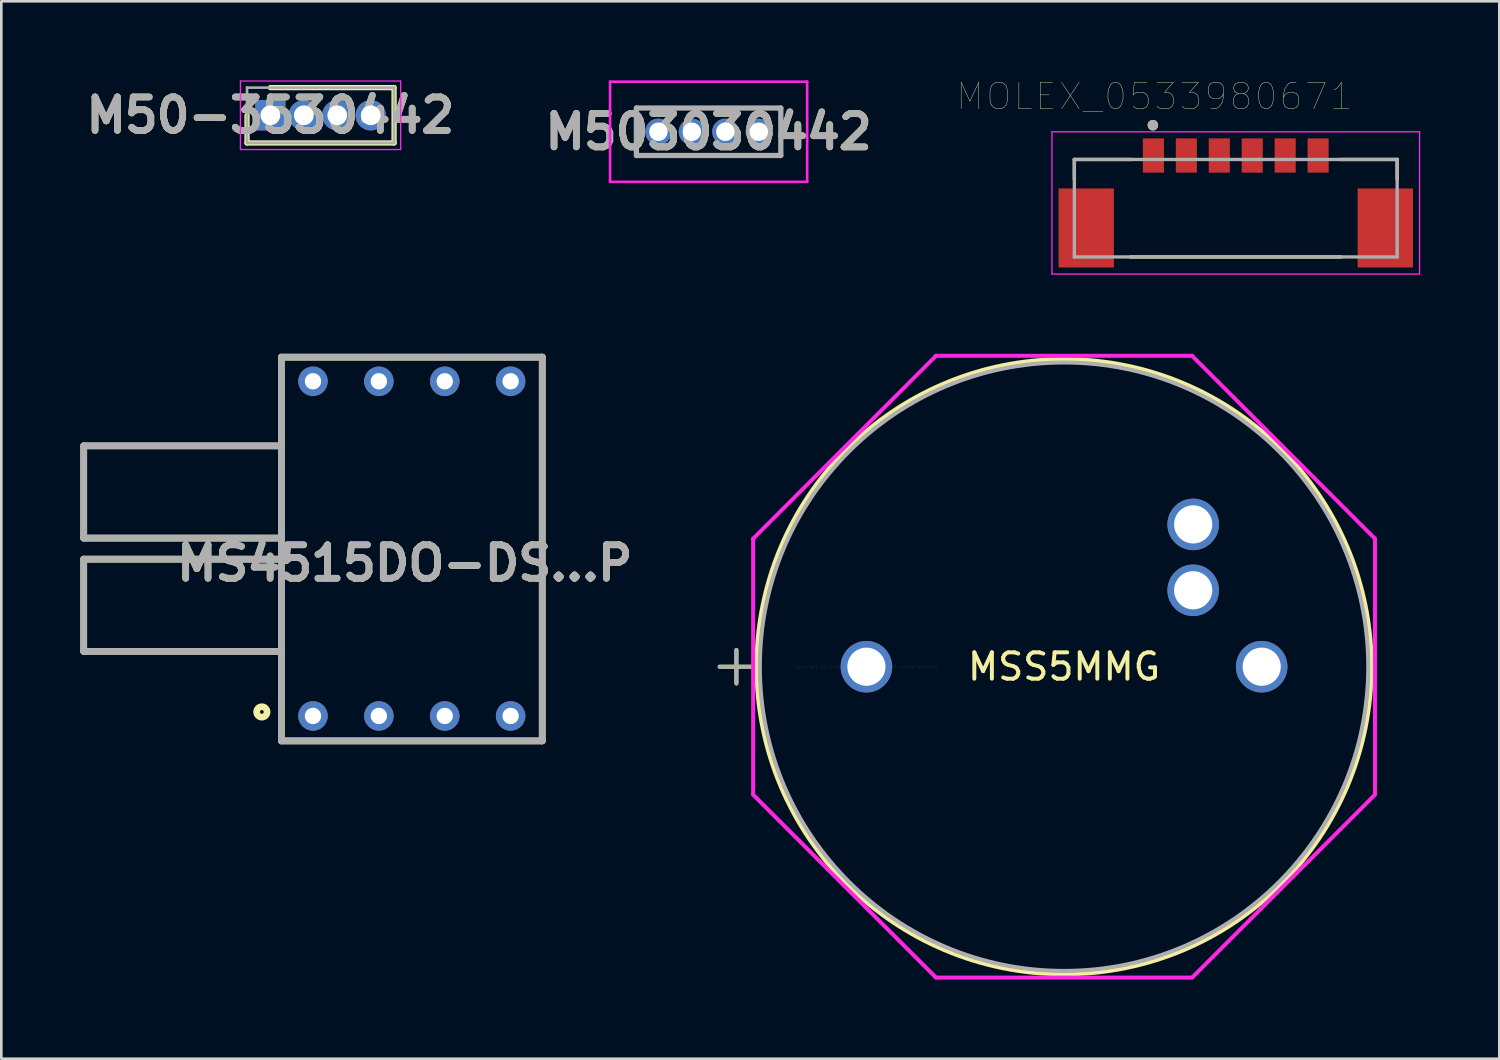
<source format=kicad_pcb>
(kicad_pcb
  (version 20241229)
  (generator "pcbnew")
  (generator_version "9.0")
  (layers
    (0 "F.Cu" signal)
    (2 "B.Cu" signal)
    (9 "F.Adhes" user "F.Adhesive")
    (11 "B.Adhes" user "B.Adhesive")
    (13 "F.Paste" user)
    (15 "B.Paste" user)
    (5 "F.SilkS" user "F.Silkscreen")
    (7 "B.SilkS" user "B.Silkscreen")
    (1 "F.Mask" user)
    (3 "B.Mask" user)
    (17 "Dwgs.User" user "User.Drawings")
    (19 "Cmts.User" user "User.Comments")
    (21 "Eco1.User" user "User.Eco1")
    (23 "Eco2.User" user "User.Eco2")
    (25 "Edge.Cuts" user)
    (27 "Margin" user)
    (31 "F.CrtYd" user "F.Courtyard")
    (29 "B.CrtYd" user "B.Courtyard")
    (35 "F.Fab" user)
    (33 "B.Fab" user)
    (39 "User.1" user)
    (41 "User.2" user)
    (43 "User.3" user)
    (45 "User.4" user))
  (footprint "M50-3530442"
    (layer "F.Cu")
    (at 7.209 1.325)
    (property "Reference" "M50-3530442" (at 0 0 0) (layer "F.SilkS") (effects (font (size 1.27 1.27) (thickness 0.254))))
    (attr through_hole)
    (fp_line (start -0.885 0) (end -0.885 1.05) (stroke (width 0.2) (type solid)) (layer "F.SilkS"))
    (fp_line (start -0.885 1.05) (end 4.695 1.05) (stroke (width 0.2) (type solid)) (layer "F.SilkS"))
    (fp_line (start 4.695 -1.05) (end 0 -1.05) (stroke (width 0.2) (type solid)) (layer "F.SilkS"))
    (fp_line (start 4.695 1.05) (end 4.695 -1.05) (stroke (width 0.2) (type solid)) (layer "F.SilkS"))
    (fp_line (start -1.135 -1.3) (end 4.945 -1.3) (stroke (width 0.05) (type solid)) (layer "F.CrtYd"))
    (fp_line (start -1.135 1.3) (end -1.135 -1.3) (stroke (width 0.05) (type solid)) (layer "F.CrtYd"))
    (fp_line (start 4.945 -1.3) (end 4.945 1.3) (stroke (width 0.05) (type solid)) (layer "F.CrtYd"))
    (fp_line (start 4.945 1.3) (end -1.135 1.3) (stroke (width 0.05) (type solid)) (layer "F.CrtYd"))
    (fp_line (start -0.885 -1.05) (end 4.695 -1.05) (stroke (width 0.1) (type solid)) (layer "F.Fab"))
    (fp_line (start -0.885 1.05) (end -0.885 -1.05) (stroke (width 0.1) (type solid)) (layer "F.Fab"))
    (fp_line (start 4.695 -1.05) (end 4.695 1.05) (stroke (width 0.1) (type solid)) (layer "F.Fab"))
    (fp_line (start 4.695 1.05) (end -0.885 1.05) (stroke (width 0.1) (type solid)) (layer "F.Fab"))
    (fp_text user "${REFERENCE}" (at 0 0 0) (layer "F.Fab") (effects (font (size 1.27 1.27) (thickness 0.254))))
    (pad "1" thru_hole rect (at 0 0) (size 1.15 1.15) (drill 0.75) (layers "*.Cu" "*.Mask"))
    (pad "2" thru_hole circle (at 1.27 0) (size 1.15 1.15) (drill 0.75) (layers "*.Cu" "*.Mask"))
    (pad "3" thru_hole circle (at 2.54 0) (size 1.15 1.15) (drill 0.75) (layers "*.Cu" "*.Mask"))
    (pad "4" thru_hole circle (at 3.81 0) (size 1.15 1.15) (drill 0.75) (layers "*.Cu" "*.Mask")))
  (footprint "MOLEX_0533980671"
    (layer "F.Cu")
    (at 43.844 3.501)
    (property "Reference" "MOLEX_0533980671" (at -3.087 -2.889 0) (layer "F.SilkS") (effects (font (size 1 1) (thickness 0.015))))
    (attr through_hole)
    (fp_line (start -6.125 -0.5) (end -3.95 -0.5) (stroke (width 0.127) (type solid)) (layer "F.SilkS"))
    (fp_line (start -6.125 0.25) (end -6.125 -0.5) (stroke (width 0.127) (type solid)) (layer "F.SilkS"))
    (fp_line (start -4 3.2) (end 4 3.2) (stroke (width 0.127) (type solid)) (layer "F.SilkS"))
    (fp_line (start 3.95 -0.5) (end 6.125 -0.5) (stroke (width 0.127) (type solid)) (layer "F.SilkS"))
    (fp_line (start 6.125 -0.5) (end 6.125 0.25) (stroke (width 0.127) (type solid)) (layer "F.SilkS"))
    (fp_circle (center -3.145 -1.8) (end -3.045 -1.8) (stroke (width 0.2) (type solid)) (fill no) (layer "F.SilkS"))
    (fp_line (start -6.975 -1.55) (end 6.975 -1.55) (stroke (width 0.05) (type solid)) (layer "F.CrtYd"))
    (fp_line (start -6.975 3.85) (end -6.975 -1.55) (stroke (width 0.05) (type solid)) (layer "F.CrtYd"))
    (fp_line (start 6.975 -1.55) (end 6.975 3.85) (stroke (width 0.05) (type solid)) (layer "F.CrtYd"))
    (fp_line (start 6.975 3.85) (end -6.975 3.85) (stroke (width 0.05) (type solid)) (layer "F.CrtYd"))
    (fp_line (start -6.125 -0.5) (end 6.125 -0.5) (stroke (width 0.127) (type solid)) (layer "F.Fab"))
    (fp_line (start -6.125 3.2) (end -6.125 -0.5) (stroke (width 0.127) (type solid)) (layer "F.Fab"))
    (fp_line (start 6.125 -0.5) (end 6.125 3.2) (stroke (width 0.127) (type solid)) (layer "F.Fab"))
    (fp_line (start 6.125 3.2) (end -6.125 3.2) (stroke (width 0.127) (type solid)) (layer "F.Fab"))
    (fp_circle (center -3.145 -1.8) (end -3.045 -1.8) (stroke (width 0.2) (type solid)) (fill no) (layer "F.Fab"))
    (pad "1" smd rect (at -3.125 -0.65) (size 0.8 1.3) (layers "F.Cu" "F.Mask" "F.Paste"))
    (pad "2" smd rect (at -1.875 -0.65) (size 0.8 1.3) (layers "F.Cu" "F.Mask" "F.Paste"))
    (pad "3" smd rect (at -0.625 -0.65) (size 0.8 1.3) (layers "F.Cu" "F.Mask" "F.Paste"))
    (pad "4" smd rect (at 0.625 -0.65) (size 0.8 1.3) (layers "F.Cu" "F.Mask" "F.Paste"))
    (pad "5" smd rect (at 1.875 -0.65) (size 0.8 1.3) (layers "F.Cu" "F.Mask" "F.Paste"))
    (pad "6" smd rect (at 3.125 -0.65) (size 0.8 1.3) (layers "F.Cu" "F.Mask" "F.Paste"))
    (pad "S1" smd rect (at -5.675 2.1) (size 2.1 3) (layers "F.Cu" "F.Mask" "F.Paste"))
    (pad "S2" smd rect (at 5.675 2.1) (size 2.1 3) (layers "F.Cu" "F.Mask" "F.Paste")))
  (footprint "MS4515DO-DS...P"
    (layer "F.Cu")
    (at 7.627 19.919)
    (property "Reference" "MS4515DO-DS...P" (at 4.685 -1.6 0) (layer "F.SilkS") (effects (font (size 1.27 1.27) (thickness 0.254))))
    (attr through_hole)
    (fp_line (start -7.5 -6.05) (end -7.5 -2.55) (stroke (width 0.254) (type solid)) (layer "F.SilkS"))
    (fp_line (start -7.5 -2.55) (end -0.001 -2.55) (stroke (width 0.254) (type solid)) (layer "F.SilkS"))
    (fp_line (start -7.5 -1.75) (end -7.5 1.75) (stroke (width 0.254) (type solid)) (layer "F.SilkS"))
    (fp_line (start -7.5 1.75) (end -0.023 1.75) (stroke (width 0.254) (type solid)) (layer "F.SilkS"))
    (fp_line (start -0.023 -6.05) (end -7.5 -6.05) (stroke (width 0.254) (type solid)) (layer "F.SilkS"))
    (fp_line (start -0.001 -1.75) (end -7.5 -1.75) (stroke (width 0.254) (type solid)) (layer "F.SilkS"))
    (fp_line (start 0 -9.416) (end 9.9 -9.416) (stroke (width 0.254) (type solid)) (layer "F.SilkS"))
    (fp_line (start 0 5.146) (end 0 -9.416) (stroke (width 0.254) (type solid)) (layer "F.SilkS"))
    (fp_line (start 9.9 -9.416) (end 9.9 5.146) (stroke (width 0.254) (type solid)) (layer "F.SilkS"))
    (fp_line (start 9.9 5.146) (end 0 5.146) (stroke (width 0.254) (type solid)) (layer "F.SilkS"))
    (fp_circle (center -0.74 4.047) (end -0.74 4.118) (stroke (width 0.254) (type solid)) (fill no) (layer "F.SilkS"))
    (fp_line (start -7.5 -6.05) (end -7.5 -2.55) (stroke (width 0.254) (type solid)) (layer "F.Fab"))
    (fp_line (start -7.5 -2.55) (end -0.001 -2.55) (stroke (width 0.254) (type solid)) (layer "F.Fab"))
    (fp_line (start -7.5 -1.75) (end -7.5 1.75) (stroke (width 0.254) (type solid)) (layer "F.Fab"))
    (fp_line (start -7.5 1.75) (end -0.023 1.75) (stroke (width 0.254) (type solid)) (layer "F.Fab"))
    (fp_line (start -0.023 -6.05) (end -7.5 -6.05) (stroke (width 0.254) (type solid)) (layer "F.Fab"))
    (fp_line (start -0.001 -1.75) (end -7.5 -1.75) (stroke (width 0.254) (type solid)) (layer "F.Fab"))
    (fp_line (start 0 -9.416) (end 9.9 -9.416) (stroke (width 0.254) (type solid)) (layer "F.Fab"))
    (fp_line (start 0 5.146) (end 0 -9.416) (stroke (width 0.254) (type solid)) (layer "F.Fab"))
    (fp_line (start 9.9 -9.416) (end 9.9 5.146) (stroke (width 0.254) (type solid)) (layer "F.Fab"))
    (fp_line (start 9.9 5.146) (end 0 5.146) (stroke (width 0.254) (type solid)) (layer "F.Fab"))
    (fp_text user "${REFERENCE}" (at 4.685 -1.6 0) (layer "F.Fab") (effects (font (size 1.27 1.27) (thickness 0.254))))
    (pad "1" thru_hole circle (at 1.2 4.2) (size 1.12 1.12) (drill 0.62) (layers "*.Cu" "*.Mask"))
    (pad "2" thru_hole circle (at 3.7 4.2) (size 1.12 1.12) (drill 0.62) (layers "*.Cu" "*.Mask"))
    (pad "3" thru_hole circle (at 6.2 4.2) (size 1.12 1.12) (drill 0.62) (layers "*.Cu" "*.Mask"))
    (pad "4" thru_hole circle (at 8.7 4.2) (size 1.12 1.12) (drill 0.62) (layers "*.Cu" "*.Mask"))
    (pad "5" thru_hole circle (at 8.7 -8.5) (size 1.12 1.12) (drill 0.62) (layers "*.Cu" "*.Mask"))
    (pad "6" thru_hole circle (at 6.2 -8.5) (size 1.12 1.12) (drill 0.62) (layers "*.Cu" "*.Mask"))
    (pad "7" thru_hole circle (at 3.7 -8.5) (size 1.12 1.12) (drill 0.62) (layers "*.Cu" "*.Mask"))
    (pad "8" thru_hole circle (at 1.2 -8.5) (size 1.12 1.12) (drill 0.62) (layers "*.Cu" "*.Mask")))
  (footprint "MSS5MMG"
    (layer "F.Cu")
    (at 29.828 22.25)
    (property "Reference" "MSS5MMG" (at 7.5 0 0) (layer "F.SilkS") (effects (font (size 1 1) (thickness 0.15))))
    (attr through_hole)
    (fp_line (start -5.568 0) (end -4.298 0) (stroke (width 0.152) (type solid)) (layer "F.SilkS"))
    (fp_line (start -4.933 -0.635) (end -4.933 0.635) (stroke (width 0.152) (type solid)) (layer "F.SilkS"))
    (fp_circle (center 7.5 0) (end 19.171 0) (stroke (width 0.152) (type solid)) (fill no) (layer "F.SilkS"))
    (fp_line (start -4.298 -4.858) (end 2.642 -11.798) (stroke (width 0.152) (type solid)) (layer "F.CrtYd"))
    (fp_line (start -4.298 4.858) (end -4.298 -4.858) (stroke (width 0.152) (type solid)) (layer "F.CrtYd"))
    (fp_line (start 2.642 -11.798) (end 12.358 -11.798) (stroke (width 0.152) (type solid)) (layer "F.CrtYd"))
    (fp_line (start 2.642 11.798) (end -4.298 4.858) (stroke (width 0.152) (type solid)) (layer "F.CrtYd"))
    (fp_line (start 12.358 -11.798) (end 19.298 -4.858) (stroke (width 0.152) (type solid)) (layer "F.CrtYd"))
    (fp_line (start 12.358 11.798) (end 2.642 11.798) (stroke (width 0.152) (type solid)) (layer "F.CrtYd"))
    (fp_line (start 19.298 -4.858) (end 19.298 4.858) (stroke (width 0.152) (type solid)) (layer "F.CrtYd"))
    (fp_line (start 19.298 4.858) (end 12.358 11.798) (stroke (width 0.152) (type solid)) (layer "F.CrtYd"))
    (fp_line (start -5.568 0) (end -4.298 0) (stroke (width 0.152) (type solid)) (layer "F.Fab"))
    (fp_line (start -4.933 -0.635) (end -4.933 0.635) (stroke (width 0.152) (type solid)) (layer "F.Fab"))
    (fp_circle (center 7.5 0) (end 19.044 0) (stroke (width 0.152) (type solid)) (fill no) (layer "F.Fab"))
    (fp_text user "*" (at 0 0 0) (layer "F.SilkS") (effects (font (size 1 1) (thickness 0.15))))
    (fp_text user "Copyright 2016 Accelerated Designs. All rights reserved." (at 0 0 0) (layer "Cmts.User") (effects (font (size 0.127 0.127) (thickness 0.002))))
    (fp_text user "*" (at 0 0 0) (layer "F.Fab") (effects (font (size 1 1) (thickness 0.15))))
    (pad "1" thru_hole circle (at 0 0) (size 1.956 1.956) (drill 1.448) (layers "*.Cu" "*.Mask"))
    (pad "2" thru_hole circle (at 15 0) (size 1.956 1.956) (drill 1.448) (layers "*.Cu" "*.Mask"))
    (pad "3" thru_hole circle (at 12.4 -2.9) (size 1.956 1.956) (drill 1.448) (layers "*.Cu" "*.Mask"))
    (pad "4" thru_hole circle (at 12.4 -5.4) (size 1.956 1.956) (drill 1.448) (layers "*.Cu" "*.Mask")))
  (footprint "M503030442"
    (layer "F.Cu")
    (at 21.935 1.95)
    (property "Reference" "M503030442" (at 1.905 0 0) (layer "F.SilkS") (effects (font (size 1.27 1.27) (thickness 0.254))))
    (attr through_hole)
    (fp_line (start -0.835 -0.9) (end 4.645 -0.9) (stroke (width 0.1) (type solid)) (layer "F.SilkS"))
    (fp_line (start -0.835 0.9) (end -0.835 -0.9) (stroke (width 0.1) (type solid)) (layer "F.SilkS"))
    (fp_line (start 4.645 -0.9) (end 4.645 0.9) (stroke (width 0.1) (type solid)) (layer "F.SilkS"))
    (fp_line (start 4.645 0.9) (end -0.835 0.9) (stroke (width 0.1) (type solid)) (layer "F.SilkS"))
    (fp_line (start -1.835 -1.9) (end 5.645 -1.9) (stroke (width 0.1) (type solid)) (layer "F.CrtYd"))
    (fp_line (start -1.835 1.9) (end -1.835 -1.9) (stroke (width 0.1) (type solid)) (layer "F.CrtYd"))
    (fp_line (start 5.645 -1.9) (end 5.645 1.9) (stroke (width 0.1) (type solid)) (layer "F.CrtYd"))
    (fp_line (start 5.645 1.9) (end -1.835 1.9) (stroke (width 0.1) (type solid)) (layer "F.CrtYd"))
    (fp_line (start -0.835 -0.9) (end 4.645 -0.9) (stroke (width 0.2) (type solid)) (layer "F.Fab"))
    (fp_line (start -0.835 0.9) (end -0.835 -0.9) (stroke (width 0.2) (type solid)) (layer "F.Fab"))
    (fp_line (start 4.645 -0.9) (end 4.645 0.9) (stroke (width 0.2) (type solid)) (layer "F.Fab"))
    (fp_line (start 4.645 0.9) (end -0.835 0.9) (stroke (width 0.2) (type solid)) (layer "F.Fab"))
    (fp_text user "${REFERENCE}" (at 1.905 0 0) (layer "F.Fab") (effects (font (size 1.27 1.27) (thickness 0.254))))
    (pad "1" thru_hole circle (at 0 0) (size 1 1) (drill 0.7) (layers "*.Cu" "*.Mask"))
    (pad "2" thru_hole circle (at 1.27 0) (size 1 1) (drill 0.7) (layers "*.Cu" "*.Mask"))
    (pad "3" thru_hole circle (at 2.54 0) (size 1 1) (drill 0.7) (layers "*.Cu" "*.Mask"))
    (pad "4" thru_hole circle (at 3.81 0) (size 1 1) (drill 0.7) (layers "*.Cu" "*.Mask")))
  (gr_rect
    (start -3 -3)
    (end 53.844 37.125)
    (stroke (width 0.1) (type default))
    (fill no)
    (layer "Edge.Cuts")))
</source>
